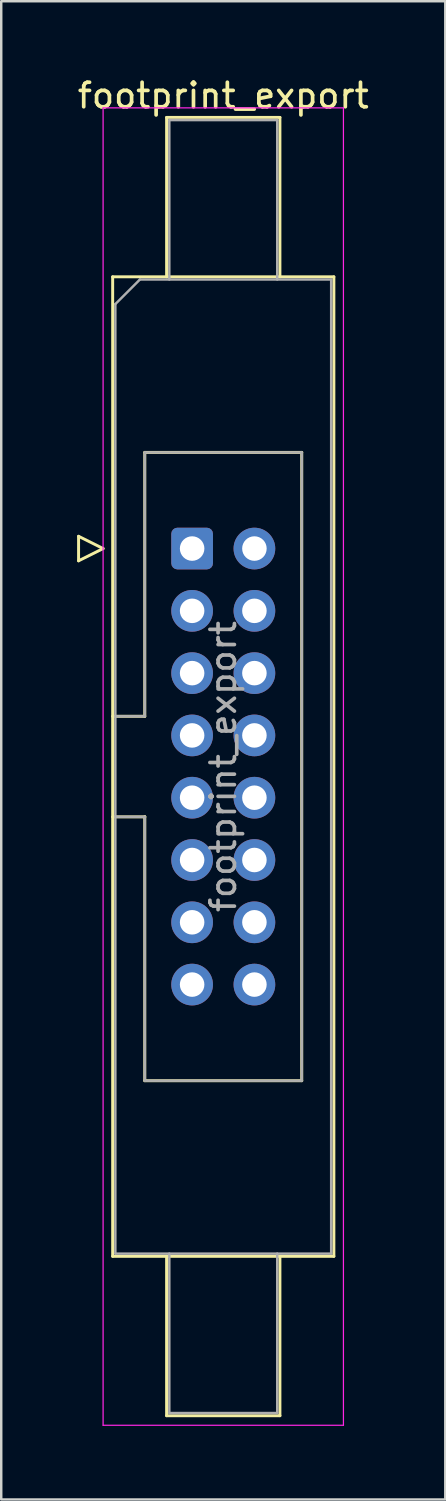
<source format=kicad_pcb>
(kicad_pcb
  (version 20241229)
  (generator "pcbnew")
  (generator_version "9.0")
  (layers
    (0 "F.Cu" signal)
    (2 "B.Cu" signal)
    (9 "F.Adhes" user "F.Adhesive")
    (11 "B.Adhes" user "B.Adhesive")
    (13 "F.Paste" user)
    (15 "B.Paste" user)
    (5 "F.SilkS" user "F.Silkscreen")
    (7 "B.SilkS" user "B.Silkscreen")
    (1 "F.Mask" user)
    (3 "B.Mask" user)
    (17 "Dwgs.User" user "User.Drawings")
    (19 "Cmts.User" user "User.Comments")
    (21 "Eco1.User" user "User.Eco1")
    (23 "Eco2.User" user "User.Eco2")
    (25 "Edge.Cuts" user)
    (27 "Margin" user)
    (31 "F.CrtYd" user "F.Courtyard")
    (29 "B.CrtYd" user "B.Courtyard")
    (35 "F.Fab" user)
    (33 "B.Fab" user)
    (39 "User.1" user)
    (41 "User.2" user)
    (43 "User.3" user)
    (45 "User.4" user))
  (footprint "footprint_export"
    (layer "F.Cu")
    (at 4.784 19.318)
    (property "Reference" "footprint_export" (at 1.27 -18.47 0) (layer "F.SilkS") (effects (font (size 1 1) (thickness 0.15))))
    (attr through_hole)
    (fp_line (start -4.63 -0.5) (end -4.63 0.5) (stroke (width 0.12) (type solid)) (layer "F.SilkS"))
    (fp_line (start -4.63 0.5) (end -3.63 0) (stroke (width 0.12) (type solid)) (layer "F.SilkS"))
    (fp_line (start -3.63 0) (end -4.63 -0.5) (stroke (width 0.12) (type solid)) (layer "F.SilkS"))
    (fp_line (start -3.24 -11.08) (end 5.78 -11.08) (stroke (width 0.12) (type solid)) (layer "F.SilkS"))
    (fp_line (start -3.24 6.84) (end -1.93 6.84) (stroke (width 0.12) (type solid)) (layer "F.SilkS"))
    (fp_line (start -3.24 28.86) (end -3.24 -11.08) (stroke (width 0.12) (type solid)) (layer "F.SilkS"))
    (fp_line (start -1.93 -3.92) (end 4.47 -3.92) (stroke (width 0.12) (type solid)) (layer "F.SilkS"))
    (fp_line (start -1.93 6.84) (end -1.93 -3.92) (stroke (width 0.12) (type solid)) (layer "F.SilkS"))
    (fp_line (start -1.93 10.94) (end -3.24 10.94) (stroke (width 0.12) (type solid)) (layer "F.SilkS"))
    (fp_line (start -1.93 10.94) (end -1.93 10.94) (stroke (width 0.12) (type solid)) (layer "F.SilkS"))
    (fp_line (start -1.93 21.7) (end -1.93 10.94) (stroke (width 0.12) (type solid)) (layer "F.SilkS"))
    (fp_line (start -1.04 -17.58) (end 3.58 -17.58) (stroke (width 0.12) (type solid)) (layer "F.SilkS"))
    (fp_line (start -1.04 -11.08) (end -1.04 -17.58) (stroke (width 0.12) (type solid)) (layer "F.SilkS"))
    (fp_line (start -1.04 28.86) (end -1.04 35.36) (stroke (width 0.12) (type solid)) (layer "F.SilkS"))
    (fp_line (start -1.04 35.36) (end 3.58 35.36) (stroke (width 0.12) (type solid)) (layer "F.SilkS"))
    (fp_line (start 3.58 -17.58) (end 3.58 -11.08) (stroke (width 0.12) (type solid)) (layer "F.SilkS"))
    (fp_line (start 3.58 35.36) (end 3.58 28.86) (stroke (width 0.12) (type solid)) (layer "F.SilkS"))
    (fp_line (start 4.47 -3.92) (end 4.47 21.7) (stroke (width 0.12) (type solid)) (layer "F.SilkS"))
    (fp_line (start 4.47 21.7) (end -1.93 21.7) (stroke (width 0.12) (type solid)) (layer "F.SilkS"))
    (fp_line (start 5.78 -11.08) (end 5.78 28.86) (stroke (width 0.12) (type solid)) (layer "F.SilkS"))
    (fp_line (start 5.78 28.86) (end -3.24 28.86) (stroke (width 0.12) (type solid)) (layer "F.SilkS"))
    (fp_line (start -3.63 -17.97) (end -3.63 35.75) (stroke (width 0.05) (type solid)) (layer "F.CrtYd"))
    (fp_line (start -3.63 35.75) (end 6.17 35.75) (stroke (width 0.05) (type solid)) (layer "F.CrtYd"))
    (fp_line (start 6.17 -17.97) (end -3.63 -17.97) (stroke (width 0.05) (type solid)) (layer "F.CrtYd"))
    (fp_line (start 6.17 35.75) (end 6.17 -17.97) (stroke (width 0.05) (type solid)) (layer "F.CrtYd"))
    (fp_line (start -3.13 -9.97) (end -2.13 -10.97) (stroke (width 0.1) (type solid)) (layer "F.Fab"))
    (fp_line (start -3.13 6.84) (end -1.93 6.84) (stroke (width 0.1) (type solid)) (layer "F.Fab"))
    (fp_line (start -3.13 28.75) (end -3.13 -9.97) (stroke (width 0.1) (type solid)) (layer "F.Fab"))
    (fp_line (start -2.13 -10.97) (end 5.67 -10.97) (stroke (width 0.1) (type solid)) (layer "F.Fab"))
    (fp_line (start -1.93 -3.92) (end 4.47 -3.92) (stroke (width 0.1) (type solid)) (layer "F.Fab"))
    (fp_line (start -1.93 6.84) (end -1.93 -3.92) (stroke (width 0.1) (type solid)) (layer "F.Fab"))
    (fp_line (start -1.93 10.94) (end -3.13 10.94) (stroke (width 0.1) (type solid)) (layer "F.Fab"))
    (fp_line (start -1.93 10.94) (end -1.93 10.94) (stroke (width 0.1) (type solid)) (layer "F.Fab"))
    (fp_line (start -1.93 21.7) (end -1.93 10.94) (stroke (width 0.1) (type solid)) (layer "F.Fab"))
    (fp_line (start -0.93 -17.47) (end 3.47 -17.47) (stroke (width 0.1) (type solid)) (layer "F.Fab"))
    (fp_line (start -0.93 -10.97) (end -0.93 -17.47) (stroke (width 0.1) (type solid)) (layer "F.Fab"))
    (fp_line (start -0.93 28.75) (end -0.93 35.25) (stroke (width 0.1) (type solid)) (layer "F.Fab"))
    (fp_line (start -0.93 35.25) (end 3.47 35.25) (stroke (width 0.1) (type solid)) (layer "F.Fab"))
    (fp_line (start 3.47 -17.47) (end 3.47 -10.97) (stroke (width 0.1) (type solid)) (layer "F.Fab"))
    (fp_line (start 3.47 35.25) (end 3.47 28.75) (stroke (width 0.1) (type solid)) (layer "F.Fab"))
    (fp_line (start 4.47 -3.92) (end 4.47 21.7) (stroke (width 0.1) (type solid)) (layer "F.Fab"))
    (fp_line (start 4.47 21.7) (end -1.93 21.7) (stroke (width 0.1) (type solid)) (layer "F.Fab"))
    (fp_line (start 5.67 -10.97) (end 5.67 28.75) (stroke (width 0.1) (type solid)) (layer "F.Fab"))
    (fp_line (start 5.67 28.75) (end -3.13 28.75) (stroke (width 0.1) (type solid)) (layer "F.Fab"))
    (fp_text user "${REFERENCE}" (at 1.27 8.89 90) (layer "F.Fab") (effects (font (size 1 1) (thickness 0.15))))
    (pad "1" thru_hole roundrect (at 0 0) (size 1.7 1.7) (drill 1) (layers "*.Cu" "*.Mask") (roundrect_rratio 0.147))
    (pad "2" thru_hole circle (at 2.54 0) (size 1.7 1.7) (drill 1) (layers "*.Cu" "*.Mask"))
    (pad "3" thru_hole circle (at 0 2.54) (size 1.7 1.7) (drill 1) (layers "*.Cu" "*.Mask"))
    (pad "4" thru_hole circle (at 2.54 2.54) (size 1.7 1.7) (drill 1) (layers "*.Cu" "*.Mask"))
    (pad "5" thru_hole circle (at 0 5.08) (size 1.7 1.7) (drill 1) (layers "*.Cu" "*.Mask"))
    (pad "6" thru_hole circle (at 2.54 5.08) (size 1.7 1.7) (drill 1) (layers "*.Cu" "*.Mask"))
    (pad "7" thru_hole circle (at 0 7.62) (size 1.7 1.7) (drill 1) (layers "*.Cu" "*.Mask"))
    (pad "8" thru_hole circle (at 2.54 7.62) (size 1.7 1.7) (drill 1) (layers "*.Cu" "*.Mask"))
    (pad "9" thru_hole circle (at 0 10.16) (size 1.7 1.7) (drill 1) (layers "*.Cu" "*.Mask"))
    (pad "10" thru_hole circle (at 2.54 10.16) (size 1.7 1.7) (drill 1) (layers "*.Cu" "*.Mask"))
    (pad "11" thru_hole circle (at 0 12.7) (size 1.7 1.7) (drill 1) (layers "*.Cu" "*.Mask"))
    (pad "12" thru_hole circle (at 2.54 12.7) (size 1.7 1.7) (drill 1) (layers "*.Cu" "*.Mask"))
    (pad "13" thru_hole circle (at 0 15.24) (size 1.7 1.7) (drill 1) (layers "*.Cu" "*.Mask"))
    (pad "14" thru_hole circle (at 2.54 15.24) (size 1.7 1.7) (drill 1) (layers "*.Cu" "*.Mask"))
    (pad "15" thru_hole circle (at 0 17.78) (size 1.7 1.7) (drill 1) (layers "*.Cu" "*.Mask"))
    (pad "16" thru_hole circle (at 2.54 17.78) (size 1.7 1.7) (drill 1) (layers "*.Cu" "*.Mask")))
  (gr_rect
    (start -3 -3)
    (end 15.107 58.093)
    (stroke (width 0.1) (type default))
    (fill no)
    (layer "Edge.Cuts")))
</source>
